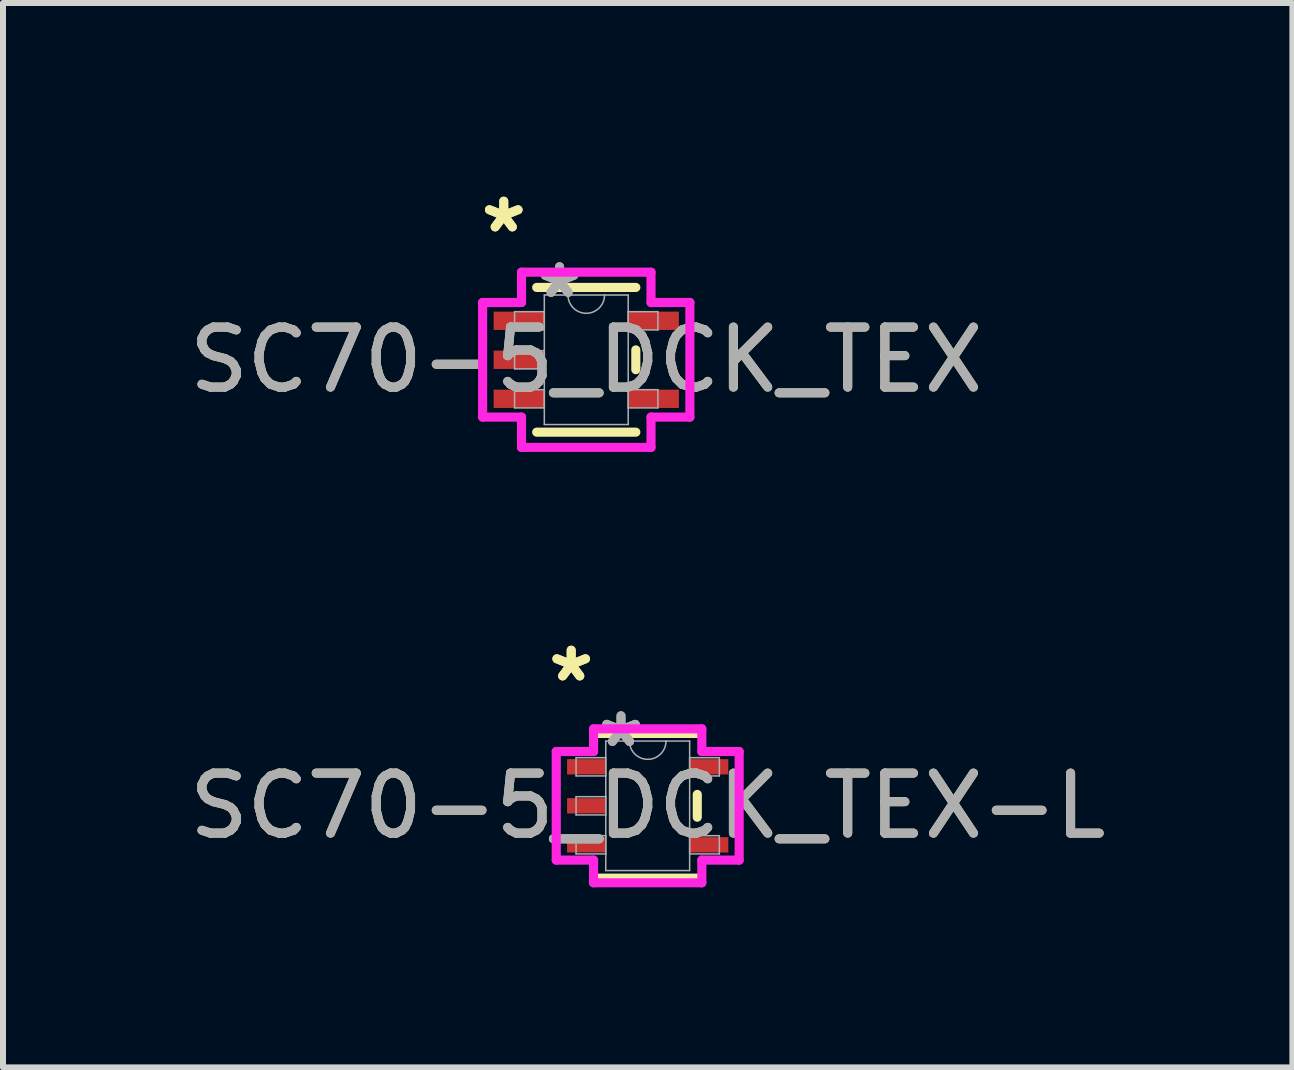
<source format=kicad_pcb>
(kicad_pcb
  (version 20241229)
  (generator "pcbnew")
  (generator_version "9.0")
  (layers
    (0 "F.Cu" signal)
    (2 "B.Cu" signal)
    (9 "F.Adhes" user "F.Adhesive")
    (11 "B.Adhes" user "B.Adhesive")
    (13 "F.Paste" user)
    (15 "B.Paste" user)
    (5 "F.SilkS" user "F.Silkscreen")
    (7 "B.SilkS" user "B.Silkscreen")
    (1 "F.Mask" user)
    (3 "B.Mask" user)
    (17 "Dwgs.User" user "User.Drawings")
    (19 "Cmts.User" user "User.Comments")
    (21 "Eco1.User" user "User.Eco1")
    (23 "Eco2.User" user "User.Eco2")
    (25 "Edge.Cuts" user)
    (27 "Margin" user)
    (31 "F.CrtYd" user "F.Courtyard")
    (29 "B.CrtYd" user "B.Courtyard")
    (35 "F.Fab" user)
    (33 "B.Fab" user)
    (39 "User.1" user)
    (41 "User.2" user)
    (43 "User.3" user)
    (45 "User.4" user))
  (footprint "SC70-5_DCK_TEX"
    (layer "F.Cu")
    (at 6.72 2.946)
    (property "Reference" "SC70-5_DCK_TEX" (at 0 0 0) (unlocked yes) (layer "F.SilkS") (effects (font (size 1 1) (thickness 0.15))))
    (attr smd)
    (fp_line (start -0.826 1.206) (end 0.826 1.206) (stroke (width 0.152) (type solid)) (layer "F.SilkS"))
    (fp_line (start 0.826 -1.206) (end -0.826 -1.206) (stroke (width 0.152) (type solid)) (layer "F.SilkS"))
    (fp_line (start 0.826 0.165) (end 0.826 -0.165) (stroke (width 0.152) (type solid)) (layer "F.SilkS"))
    (fp_line (start -1.727 -0.955) (end -1.079 -0.955) (stroke (width 0.152) (type solid)) (layer "F.CrtYd"))
    (fp_line (start -1.727 0.955) (end -1.727 -0.955) (stroke (width 0.152) (type solid)) (layer "F.CrtYd"))
    (fp_line (start -1.079 -1.46) (end 1.079 -1.46) (stroke (width 0.152) (type solid)) (layer "F.CrtYd"))
    (fp_line (start -1.079 -0.955) (end -1.079 -1.46) (stroke (width 0.152) (type solid)) (layer "F.CrtYd"))
    (fp_line (start -1.079 0.955) (end -1.727 0.955) (stroke (width 0.152) (type solid)) (layer "F.CrtYd"))
    (fp_line (start -1.079 1.46) (end -1.079 0.955) (stroke (width 0.152) (type solid)) (layer "F.CrtYd"))
    (fp_line (start 1.079 -1.46) (end 1.079 -0.955) (stroke (width 0.152) (type solid)) (layer "F.CrtYd"))
    (fp_line (start 1.079 -0.955) (end 1.727 -0.955) (stroke (width 0.152) (type solid)) (layer "F.CrtYd"))
    (fp_line (start 1.079 0.955) (end 1.079 1.46) (stroke (width 0.152) (type solid)) (layer "F.CrtYd"))
    (fp_line (start 1.079 1.46) (end -1.079 1.46) (stroke (width 0.152) (type solid)) (layer "F.CrtYd"))
    (fp_line (start 1.727 -0.955) (end 1.727 0.955) (stroke (width 0.152) (type solid)) (layer "F.CrtYd"))
    (fp_line (start 1.727 0.955) (end 1.079 0.955) (stroke (width 0.152) (type solid)) (layer "F.CrtYd"))
    (fp_line (start -1.194 -0.802) (end -1.194 -0.498) (stroke (width 0.025) (type solid)) (layer "F.Fab"))
    (fp_line (start -1.194 -0.498) (end -0.699 -0.498) (stroke (width 0.025) (type solid)) (layer "F.Fab"))
    (fp_line (start -1.194 -0.152) (end -1.194 0.152) (stroke (width 0.025) (type solid)) (layer "F.Fab"))
    (fp_line (start -1.194 0.152) (end -0.699 0.152) (stroke (width 0.025) (type solid)) (layer "F.Fab"))
    (fp_line (start -1.194 0.498) (end -1.194 0.802) (stroke (width 0.025) (type solid)) (layer "F.Fab"))
    (fp_line (start -1.194 0.802) (end -0.699 0.802) (stroke (width 0.025) (type solid)) (layer "F.Fab"))
    (fp_line (start -0.699 -1.079) (end -0.699 1.079) (stroke (width 0.025) (type solid)) (layer "F.Fab"))
    (fp_line (start -0.699 -0.802) (end -1.194 -0.802) (stroke (width 0.025) (type solid)) (layer "F.Fab"))
    (fp_line (start -0.699 -0.498) (end -0.699 -0.802) (stroke (width 0.025) (type solid)) (layer "F.Fab"))
    (fp_line (start -0.699 -0.152) (end -1.194 -0.152) (stroke (width 0.025) (type solid)) (layer "F.Fab"))
    (fp_line (start -0.699 0.152) (end -0.699 -0.152) (stroke (width 0.025) (type solid)) (layer "F.Fab"))
    (fp_line (start -0.699 0.498) (end -1.194 0.498) (stroke (width 0.025) (type solid)) (layer "F.Fab"))
    (fp_line (start -0.699 0.802) (end -0.699 0.498) (stroke (width 0.025) (type solid)) (layer "F.Fab"))
    (fp_line (start -0.699 1.079) (end 0.699 1.079) (stroke (width 0.025) (type solid)) (layer "F.Fab"))
    (fp_line (start 0.699 -1.079) (end -0.699 -1.079) (stroke (width 0.025) (type solid)) (layer "F.Fab"))
    (fp_line (start 0.699 -0.802) (end 0.699 -0.498) (stroke (width 0.025) (type solid)) (layer "F.Fab"))
    (fp_line (start 0.699 -0.498) (end 1.194 -0.498) (stroke (width 0.025) (type solid)) (layer "F.Fab"))
    (fp_line (start 0.699 0.498) (end 0.699 0.802) (stroke (width 0.025) (type solid)) (layer "F.Fab"))
    (fp_line (start 0.699 0.802) (end 1.194 0.802) (stroke (width 0.025) (type solid)) (layer "F.Fab"))
    (fp_line (start 0.699 1.079) (end 0.699 -1.079) (stroke (width 0.025) (type solid)) (layer "F.Fab"))
    (fp_line (start 1.194 -0.802) (end 0.699 -0.802) (stroke (width 0.025) (type solid)) (layer "F.Fab"))
    (fp_line (start 1.194 -0.498) (end 1.194 -0.802) (stroke (width 0.025) (type solid)) (layer "F.Fab"))
    (fp_line (start 1.194 0.498) (end 0.699 0.498) (stroke (width 0.025) (type solid)) (layer "F.Fab"))
    (fp_line (start 1.194 0.802) (end 1.194 0.498) (stroke (width 0.025) (type solid)) (layer "F.Fab"))
    (fp_arc (start 0.3048 -1.0795) (mid 0 -0.7747) (end -0.3048 -1.0795) (stroke (width 0.0254) (type solid)) (layer "F.Fab"))
    (fp_text user "*" (at -1.375 -2.098 0) (layer "F.SilkS") (effects (font (size 1 1) (thickness 0.15))))
    (fp_text user "*" (at -1.375 -2.098 0) (unlocked yes) (layer "F.SilkS") (effects (font (size 1 1) (thickness 0.15))))
    (fp_text user "*" (at -0.445 -1.006 0) (unlocked yes) (layer "F.Fab") (effects (font (size 1 1) (thickness 0.15))))
    (fp_text user "${REFERENCE}" (at 0 0 0) (unlocked yes) (layer "F.Fab") (effects (font (size 1 1) (thickness 0.15))))
    (fp_text user "*" (at -0.445 -1.006 0) (layer "F.Fab") (effects (font (size 1 1) (thickness 0.15))))
    (pad "1" smd rect (at -1.121 -0.65) (size 0.845 0.305) (layers "F.Cu" "F.Mask" "F.Paste"))
    (pad "2" smd rect (at -1.121 0) (size 0.845 0.305) (layers "F.Cu" "F.Mask" "F.Paste"))
    (pad "3" smd rect (at -1.121 0.65) (size 0.845 0.305) (layers "F.Cu" "F.Mask" "F.Paste"))
    (pad "4" smd rect (at 1.121 0.65) (size 0.845 0.305) (layers "F.Cu" "F.Mask" "F.Paste"))
    (pad "5" smd rect (at 1.121 -0.65) (size 0.845 0.305) (layers "F.Cu" "F.Mask" "F.Paste")))
  (footprint "SC70-5_DCK_TEX-L"
    (layer "F.Cu")
    (at 7.744 10.379)
    (property "Reference" "SC70-5_DCK_TEX-L" (at 0 0 0) (unlocked yes) (layer "F.SilkS") (effects (font (size 1 1) (thickness 0.15))))
    (attr smd)
    (fp_line (start -0.826 1.206) (end 0.826 1.206) (stroke (width 0.152) (type solid)) (layer "F.SilkS"))
    (fp_line (start 0.826 -1.206) (end -0.826 -1.206) (stroke (width 0.152) (type solid)) (layer "F.SilkS"))
    (fp_line (start 0.826 0.19) (end 0.826 -0.19) (stroke (width 0.152) (type solid)) (layer "F.SilkS"))
    (fp_line (start -1.524 -0.905) (end -0.902 -0.905) (stroke (width 0.152) (type solid)) (layer "F.CrtYd"))
    (fp_line (start -1.524 0.905) (end -1.524 -0.905) (stroke (width 0.152) (type solid)) (layer "F.CrtYd"))
    (fp_line (start -0.902 -1.283) (end 0.902 -1.283) (stroke (width 0.152) (type solid)) (layer "F.CrtYd"))
    (fp_line (start -0.902 -0.905) (end -0.902 -1.283) (stroke (width 0.152) (type solid)) (layer "F.CrtYd"))
    (fp_line (start -0.902 0.905) (end -1.524 0.905) (stroke (width 0.152) (type solid)) (layer "F.CrtYd"))
    (fp_line (start -0.902 1.283) (end -0.902 0.905) (stroke (width 0.152) (type solid)) (layer "F.CrtYd"))
    (fp_line (start 0.902 -1.283) (end 0.902 -0.905) (stroke (width 0.152) (type solid)) (layer "F.CrtYd"))
    (fp_line (start 0.902 -0.905) (end 1.524 -0.905) (stroke (width 0.152) (type solid)) (layer "F.CrtYd"))
    (fp_line (start 0.902 0.905) (end 0.902 1.283) (stroke (width 0.152) (type solid)) (layer "F.CrtYd"))
    (fp_line (start 0.902 1.283) (end -0.902 1.283) (stroke (width 0.152) (type solid)) (layer "F.CrtYd"))
    (fp_line (start 1.524 -0.905) (end 1.524 0.905) (stroke (width 0.152) (type solid)) (layer "F.CrtYd"))
    (fp_line (start 1.524 0.905) (end 0.902 0.905) (stroke (width 0.152) (type solid)) (layer "F.CrtYd"))
    (fp_line (start -1.194 -0.802) (end -1.194 -0.498) (stroke (width 0.025) (type solid)) (layer "F.Fab"))
    (fp_line (start -1.194 -0.498) (end -0.699 -0.498) (stroke (width 0.025) (type solid)) (layer "F.Fab"))
    (fp_line (start -1.194 -0.152) (end -1.194 0.152) (stroke (width 0.025) (type solid)) (layer "F.Fab"))
    (fp_line (start -1.194 0.152) (end -0.699 0.152) (stroke (width 0.025) (type solid)) (layer "F.Fab"))
    (fp_line (start -1.194 0.498) (end -1.194 0.802) (stroke (width 0.025) (type solid)) (layer "F.Fab"))
    (fp_line (start -1.194 0.802) (end -0.699 0.802) (stroke (width 0.025) (type solid)) (layer "F.Fab"))
    (fp_line (start -0.699 -1.079) (end -0.699 1.079) (stroke (width 0.025) (type solid)) (layer "F.Fab"))
    (fp_line (start -0.699 -0.802) (end -1.194 -0.802) (stroke (width 0.025) (type solid)) (layer "F.Fab"))
    (fp_line (start -0.699 -0.498) (end -0.699 -0.802) (stroke (width 0.025) (type solid)) (layer "F.Fab"))
    (fp_line (start -0.699 -0.152) (end -1.194 -0.152) (stroke (width 0.025) (type solid)) (layer "F.Fab"))
    (fp_line (start -0.699 0.152) (end -0.699 -0.152) (stroke (width 0.025) (type solid)) (layer "F.Fab"))
    (fp_line (start -0.699 0.498) (end -1.194 0.498) (stroke (width 0.025) (type solid)) (layer "F.Fab"))
    (fp_line (start -0.699 0.802) (end -0.699 0.498) (stroke (width 0.025) (type solid)) (layer "F.Fab"))
    (fp_line (start -0.699 1.079) (end 0.699 1.079) (stroke (width 0.025) (type solid)) (layer "F.Fab"))
    (fp_line (start 0.699 -1.079) (end -0.699 -1.079) (stroke (width 0.025) (type solid)) (layer "F.Fab"))
    (fp_line (start 0.699 -0.802) (end 0.699 -0.498) (stroke (width 0.025) (type solid)) (layer "F.Fab"))
    (fp_line (start 0.699 -0.498) (end 1.194 -0.498) (stroke (width 0.025) (type solid)) (layer "F.Fab"))
    (fp_line (start 0.699 0.498) (end 0.699 0.802) (stroke (width 0.025) (type solid)) (layer "F.Fab"))
    (fp_line (start 0.699 0.802) (end 1.194 0.802) (stroke (width 0.025) (type solid)) (layer "F.Fab"))
    (fp_line (start 0.699 1.079) (end 0.699 -1.079) (stroke (width 0.025) (type solid)) (layer "F.Fab"))
    (fp_line (start 1.194 -0.802) (end 0.699 -0.802) (stroke (width 0.025) (type solid)) (layer "F.Fab"))
    (fp_line (start 1.194 -0.498) (end 1.194 -0.802) (stroke (width 0.025) (type solid)) (layer "F.Fab"))
    (fp_line (start 1.194 0.498) (end 0.699 0.498) (stroke (width 0.025) (type solid)) (layer "F.Fab"))
    (fp_line (start 1.194 0.802) (end 1.194 0.498) (stroke (width 0.025) (type solid)) (layer "F.Fab"))
    (fp_arc (start 0.3048 -1.0795) (mid 0 -0.7747) (end -0.3048 -1.0795) (stroke (width 0.0254) (type solid)) (layer "F.Fab"))
    (fp_text user "*" (at -1.275 -2.048 0) (unlocked yes) (layer "F.SilkS") (effects (font (size 1 1) (thickness 0.15))))
    (fp_text user "*" (at -1.275 -2.048 0) (layer "F.SilkS") (effects (font (size 1 1) (thickness 0.15))))
    (fp_text user "${REFERENCE}" (at 0 0 0) (unlocked yes) (layer "F.Fab") (effects (font (size 1 1) (thickness 0.15))))
    (fp_text user "*" (at -0.445 -0.956 0) (unlocked yes) (layer "F.Fab") (effects (font (size 1 1) (thickness 0.15))))
    (fp_text user "*" (at -0.445 -0.956 0) (layer "F.Fab") (effects (font (size 1 1) (thickness 0.15))))
    (pad "1" smd rect (at -1.021 -0.65) (size 0.645 0.255) (layers "F.Cu" "F.Mask" "F.Paste"))
    (pad "2" smd rect (at -1.021 0) (size 0.645 0.255) (layers "F.Cu" "F.Mask" "F.Paste"))
    (pad "3" smd rect (at -1.021 0.65) (size 0.645 0.255) (layers "F.Cu" "F.Mask" "F.Paste"))
    (pad "4" smd rect (at 1.021 0.65) (size 0.645 0.255) (layers "F.Cu" "F.Mask" "F.Paste"))
    (pad "5" smd rect (at 1.021 -0.65) (size 0.645 0.255) (layers "F.Cu" "F.Mask" "F.Paste")))
  (gr_rect
    (start -3 -3)
    (end 18.488 14.738)
    (stroke (width 0.1) (type default))
    (fill no)
    (layer "Edge.Cuts")))
</source>
